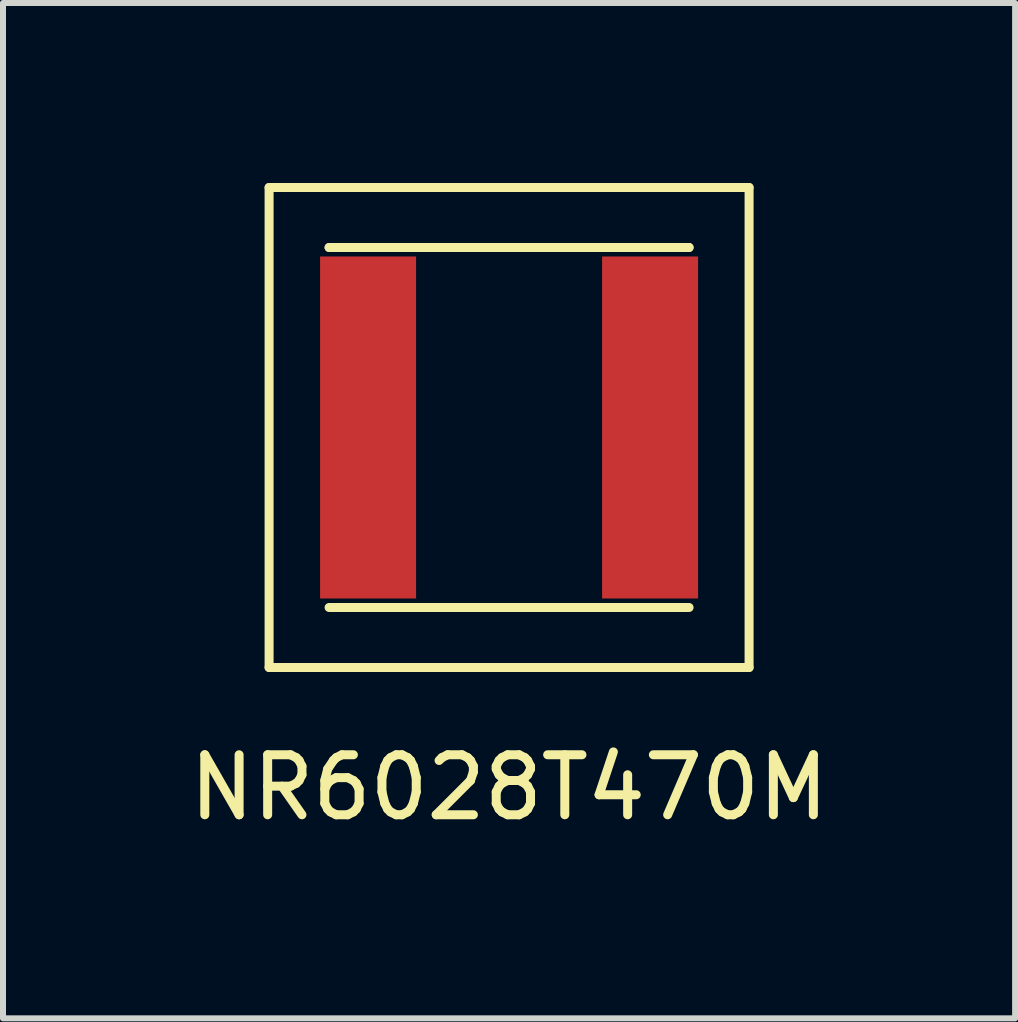
<source format=kicad_pcb>
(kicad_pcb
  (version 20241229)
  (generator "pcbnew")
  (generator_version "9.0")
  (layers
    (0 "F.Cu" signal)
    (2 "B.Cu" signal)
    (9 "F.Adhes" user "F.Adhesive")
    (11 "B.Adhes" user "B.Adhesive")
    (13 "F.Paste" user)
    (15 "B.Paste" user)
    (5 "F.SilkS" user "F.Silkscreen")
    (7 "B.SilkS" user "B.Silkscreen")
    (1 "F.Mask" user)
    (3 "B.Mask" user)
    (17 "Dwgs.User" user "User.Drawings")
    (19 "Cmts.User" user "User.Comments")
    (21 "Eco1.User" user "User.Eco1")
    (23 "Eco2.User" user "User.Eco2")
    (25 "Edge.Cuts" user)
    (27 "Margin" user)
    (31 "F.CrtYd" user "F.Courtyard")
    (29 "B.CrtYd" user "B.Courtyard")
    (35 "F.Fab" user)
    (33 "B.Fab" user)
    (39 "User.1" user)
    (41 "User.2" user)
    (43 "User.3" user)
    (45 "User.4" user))
  (footprint "NR6028T470M"
    (layer "F.Cu")
    (at 5.435 4.075)
    (property "Reference" "NR6028T470M" (at 0 6 0) (layer "F.SilkS") (effects (font (size 1 1) (thickness 0.15))))
    (attr through_hole)
    (fp_line (start -4 -4) (end -4 4) (stroke (width 0.15) (type solid)) (layer "F.SilkS"))
    (fp_line (start -4 4) (end 4 4) (stroke (width 0.15) (type solid)) (layer "F.SilkS"))
    (fp_line (start -3 -3) (end 3 -3) (stroke (width 0.15) (type solid)) (layer "F.SilkS"))
    (fp_line (start -3 3) (end 3 3) (stroke (width 0.15) (type solid)) (layer "F.SilkS"))
    (fp_line (start 3 -3) (end -3 -3) (stroke (width 0.15) (type solid)) (layer "F.SilkS"))
    (fp_line (start 4 -4) (end -4 -4) (stroke (width 0.15) (type solid)) (layer "F.SilkS"))
    (fp_line (start 4 4) (end 4 -4) (stroke (width 0.15) (type solid)) (layer "F.SilkS"))
    (pad "1" smd rect (at -2.35 0) (size 1.6 5.7) (layers "F.Cu" "F.Mask" "F.Paste"))
    (pad "2" smd rect (at 2.35 0) (size 1.6 5.7) (layers "F.Cu" "F.Mask" "F.Paste")))
  (gr_rect
    (start -3 -3)
    (end 13.869 13.923)
    (stroke (width 0.1) (type default))
    (fill no)
    (layer "Edge.Cuts")))
</source>
